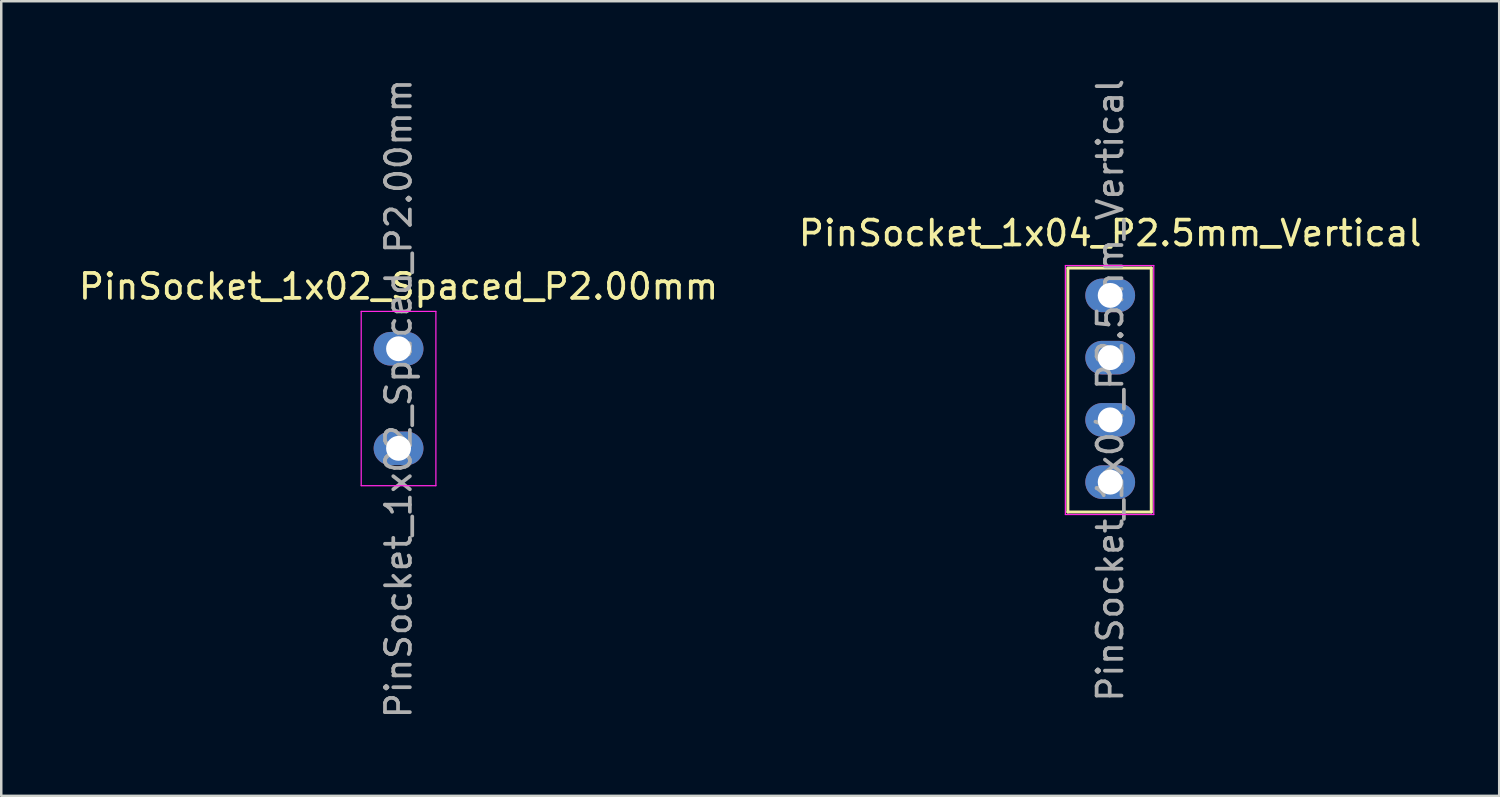
<source format=kicad_pcb>
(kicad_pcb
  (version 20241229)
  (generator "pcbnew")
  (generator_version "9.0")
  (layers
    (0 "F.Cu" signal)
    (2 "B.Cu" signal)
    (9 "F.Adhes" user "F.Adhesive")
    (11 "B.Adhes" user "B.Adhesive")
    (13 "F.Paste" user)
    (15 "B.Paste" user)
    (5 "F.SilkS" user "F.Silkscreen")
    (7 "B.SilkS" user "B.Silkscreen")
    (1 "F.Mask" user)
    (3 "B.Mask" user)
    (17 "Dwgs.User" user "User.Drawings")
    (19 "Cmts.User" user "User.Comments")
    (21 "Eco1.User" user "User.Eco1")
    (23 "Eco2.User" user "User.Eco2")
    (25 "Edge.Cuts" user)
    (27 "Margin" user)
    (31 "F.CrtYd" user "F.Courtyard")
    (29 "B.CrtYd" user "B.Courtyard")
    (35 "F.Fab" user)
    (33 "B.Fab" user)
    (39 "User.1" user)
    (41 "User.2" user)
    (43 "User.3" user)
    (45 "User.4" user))
  (footprint "PinSocket_1x02_Spaced_P2.00mm"
    (layer "F.Cu")
    (at 12.958 10.958)
    (property "Reference" "PinSocket_1x02_Spaced_P2.00mm" (at 0 -2.5 0) (layer "F.SilkS") (effects (font (size 1 1) (thickness 0.15))))
    (attr through_hole)
    (fp_line (start -1.5 -1.5) (end 1.5 -1.5) (stroke (width 0.05) (type solid)) (layer "F.CrtYd"))
    (fp_line (start -1.5 5.5) (end -1.5 -1.5) (stroke (width 0.05) (type solid)) (layer "F.CrtYd"))
    (fp_line (start 1.5 -1.5) (end 1.5 5.5) (stroke (width 0.05) (type solid)) (layer "F.CrtYd"))
    (fp_line (start 1.5 5.5) (end -1.5 5.5) (stroke (width 0.05) (type solid)) (layer "F.CrtYd"))
    (fp_text user "${REFERENCE}" (at 0 2 90) (layer "F.Fab") (effects (font (size 1 1) (thickness 0.15))))
    (pad "1" thru_hole oval (at 0 0) (size 2 1.35) (drill 1) (layers "*.Cu" "*.Mask"))
    (pad "2" thru_hole oval (at 0 4) (size 2 1.35) (drill 1) (layers "*.Cu" "*.Mask")))
  (footprint "PinSocket_1x04_P2.5mm_Vertical"
    (layer "F.Cu")
    (at 41.542 8.815)
    (property "Reference" "PinSocket_1x04_P2.5mm_Vertical" (at 0 -2.5 0) (layer "F.SilkS") (effects (font (size 1 1) (thickness 0.15))))
    (attr through_hole)
    (fp_line (start -1.7 -1.1) (end 1.65 -1.1) (stroke (width 0.12) (type solid)) (layer "F.SilkS"))
    (fp_line (start -1.7 -1.08) (end -1.7 8.7) (stroke (width 0.12) (type solid)) (layer "F.SilkS"))
    (fp_line (start -1.7 8.7) (end 1.65 8.7) (stroke (width 0.12) (type solid)) (layer "F.SilkS"))
    (fp_line (start 1.65 -1.1) (end 1.65 8.7) (stroke (width 0.12) (type solid)) (layer "F.SilkS"))
    (fp_line (start -1.8 -1.2) (end 1.75 -1.2) (stroke (width 0.05) (type solid)) (layer "F.CrtYd"))
    (fp_line (start -1.8 8.8) (end -1.8 -1.2) (stroke (width 0.05) (type solid)) (layer "F.CrtYd"))
    (fp_line (start 1.75 -1.2) (end 1.75 8.8) (stroke (width 0.05) (type solid)) (layer "F.CrtYd"))
    (fp_line (start 1.75 8.8) (end -1.8 8.8) (stroke (width 0.05) (type solid)) (layer "F.CrtYd"))
    (fp_text user "${REFERENCE}" (at 0 3.81 90) (layer "F.Fab") (effects (font (size 1 1) (thickness 0.15))))
    (pad "1" thru_hole oval (at 0 0) (size 2 1.35) (drill 1) (layers "*.Cu" "*.Mask"))
    (pad "2" thru_hole oval (at 0 2.5) (size 2 1.35) (drill 1) (layers "*.Cu" "*.Mask"))
    (pad "3" thru_hole oval (at 0 5) (size 2 1.35) (drill 1) (layers "*.Cu" "*.Mask"))
    (pad "4" thru_hole oval (at 0 7.5) (size 2 1.35) (drill 1) (layers "*.Cu" "*.Mask")))
  (gr_rect
    (start -3 -3)
    (end 57.167 28.917)
    (stroke (width 0.1) (type default))
    (fill no)
    (layer "Edge.Cuts")))
</source>
